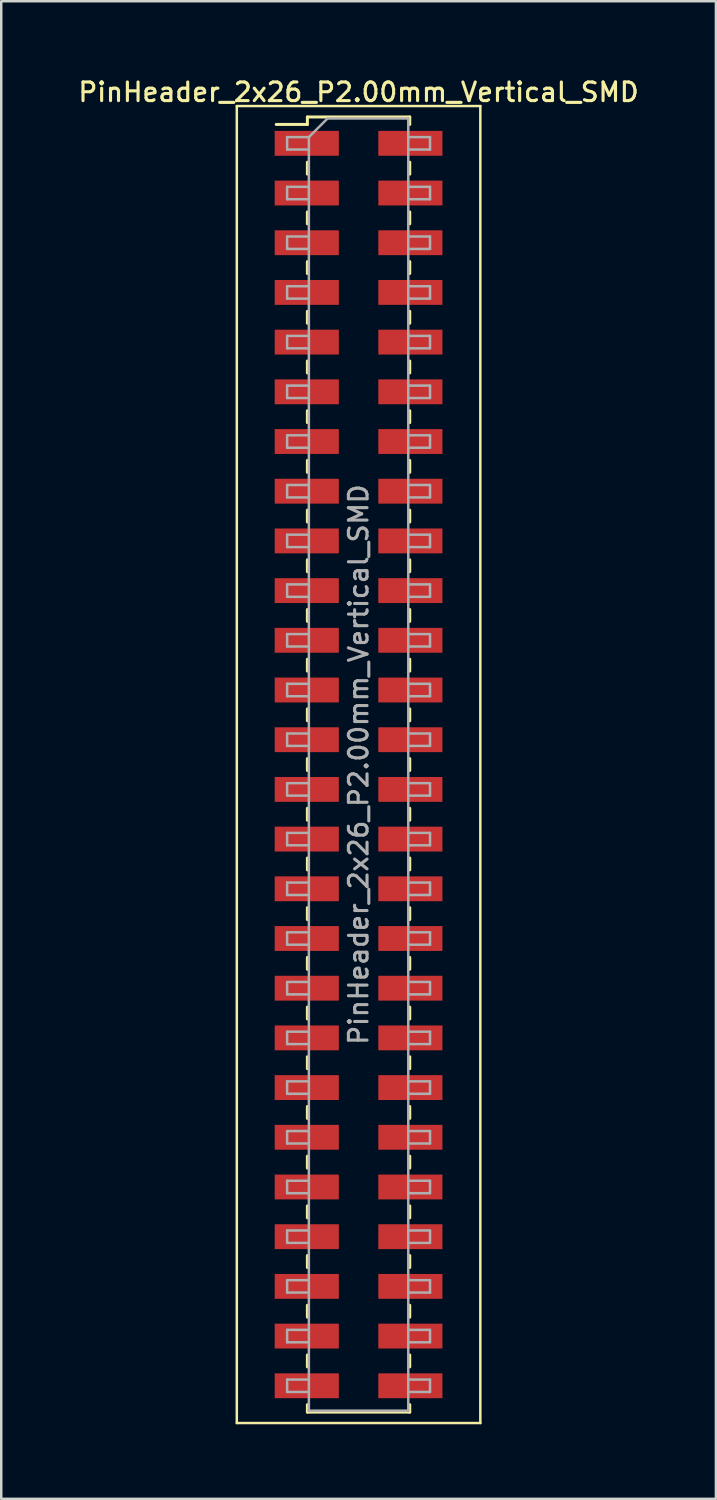
<source format=kicad_pcb>
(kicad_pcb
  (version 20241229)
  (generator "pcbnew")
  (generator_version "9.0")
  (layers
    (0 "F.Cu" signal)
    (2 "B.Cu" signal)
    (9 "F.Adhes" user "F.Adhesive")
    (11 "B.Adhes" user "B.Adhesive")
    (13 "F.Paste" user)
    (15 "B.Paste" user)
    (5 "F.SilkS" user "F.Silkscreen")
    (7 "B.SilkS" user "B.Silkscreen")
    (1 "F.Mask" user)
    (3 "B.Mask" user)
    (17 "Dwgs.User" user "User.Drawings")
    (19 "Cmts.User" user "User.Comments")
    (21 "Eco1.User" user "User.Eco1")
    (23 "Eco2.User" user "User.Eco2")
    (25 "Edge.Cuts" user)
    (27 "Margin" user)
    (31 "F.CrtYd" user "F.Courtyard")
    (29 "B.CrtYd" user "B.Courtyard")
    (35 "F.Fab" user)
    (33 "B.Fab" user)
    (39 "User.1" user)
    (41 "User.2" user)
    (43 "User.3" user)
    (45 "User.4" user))
  (footprint "PinHeader_2x26_P2.00mm_Vertical_SMD"
    (layer "F.Cu")
    (at 11.38 27.718)
    (property "Reference" "PinHeader_2x26_P2.00mm_Vertical_SMD" (at 0 -27.06 0) (layer "F.SilkS") (effects (font (size 0.75 0.75) (thickness 0.125))))
    (attr smd)
    (fp_line (start -4.9 -26.5) (end -4.9 26.5) (stroke (width 0.1) (type solid)) (layer "F.SilkS"))
    (fp_line (start -4.9 26.5) (end 4.9 26.5) (stroke (width 0.1) (type solid)) (layer "F.SilkS"))
    (fp_line (start -3.315 -25.76) (end -2.06 -25.76) (stroke (width 0.12) (type solid)) (layer "F.SilkS"))
    (fp_line (start -2.06 -26.06) (end -2.06 -25.76) (stroke (width 0.12) (type solid)) (layer "F.SilkS"))
    (fp_line (start -2.06 -26.06) (end 2.06 -26.06) (stroke (width 0.12) (type solid)) (layer "F.SilkS"))
    (fp_line (start -2.06 -24.24) (end -2.06 -23.76) (stroke (width 0.12) (type solid)) (layer "F.SilkS"))
    (fp_line (start -2.06 -22.24) (end -2.06 -21.76) (stroke (width 0.12) (type solid)) (layer "F.SilkS"))
    (fp_line (start -2.06 -20.24) (end -2.06 -19.76) (stroke (width 0.12) (type solid)) (layer "F.SilkS"))
    (fp_line (start -2.06 -18.24) (end -2.06 -17.76) (stroke (width 0.12) (type solid)) (layer "F.SilkS"))
    (fp_line (start -2.06 -16.24) (end -2.06 -15.76) (stroke (width 0.12) (type solid)) (layer "F.SilkS"))
    (fp_line (start -2.06 -14.24) (end -2.06 -13.76) (stroke (width 0.12) (type solid)) (layer "F.SilkS"))
    (fp_line (start -2.06 -12.24) (end -2.06 -11.76) (stroke (width 0.12) (type solid)) (layer "F.SilkS"))
    (fp_line (start -2.06 -10.24) (end -2.06 -9.76) (stroke (width 0.12) (type solid)) (layer "F.SilkS"))
    (fp_line (start -2.06 -8.24) (end -2.06 -7.76) (stroke (width 0.12) (type solid)) (layer "F.SilkS"))
    (fp_line (start -2.06 -6.24) (end -2.06 -5.76) (stroke (width 0.12) (type solid)) (layer "F.SilkS"))
    (fp_line (start -2.06 -4.24) (end -2.06 -3.76) (stroke (width 0.12) (type solid)) (layer "F.SilkS"))
    (fp_line (start -2.06 -2.24) (end -2.06 -1.76) (stroke (width 0.12) (type solid)) (layer "F.SilkS"))
    (fp_line (start -2.06 -0.24) (end -2.06 0.24) (stroke (width 0.12) (type solid)) (layer "F.SilkS"))
    (fp_line (start -2.06 1.76) (end -2.06 2.24) (stroke (width 0.12) (type solid)) (layer "F.SilkS"))
    (fp_line (start -2.06 3.76) (end -2.06 4.24) (stroke (width 0.12) (type solid)) (layer "F.SilkS"))
    (fp_line (start -2.06 5.76) (end -2.06 6.24) (stroke (width 0.12) (type solid)) (layer "F.SilkS"))
    (fp_line (start -2.06 7.76) (end -2.06 8.24) (stroke (width 0.12) (type solid)) (layer "F.SilkS"))
    (fp_line (start -2.06 9.76) (end -2.06 10.24) (stroke (width 0.12) (type solid)) (layer "F.SilkS"))
    (fp_line (start -2.06 11.76) (end -2.06 12.24) (stroke (width 0.12) (type solid)) (layer "F.SilkS"))
    (fp_line (start -2.06 13.76) (end -2.06 14.24) (stroke (width 0.12) (type solid)) (layer "F.SilkS"))
    (fp_line (start -2.06 15.76) (end -2.06 16.24) (stroke (width 0.12) (type solid)) (layer "F.SilkS"))
    (fp_line (start -2.06 17.76) (end -2.06 18.24) (stroke (width 0.12) (type solid)) (layer "F.SilkS"))
    (fp_line (start -2.06 19.76) (end -2.06 20.24) (stroke (width 0.12) (type solid)) (layer "F.SilkS"))
    (fp_line (start -2.06 21.76) (end -2.06 22.24) (stroke (width 0.12) (type solid)) (layer "F.SilkS"))
    (fp_line (start -2.06 23.76) (end -2.06 24.24) (stroke (width 0.12) (type solid)) (layer "F.SilkS"))
    (fp_line (start -2.06 25.76) (end -2.06 26.06) (stroke (width 0.12) (type solid)) (layer "F.SilkS"))
    (fp_line (start -2.06 26.06) (end 2.06 26.06) (stroke (width 0.12) (type solid)) (layer "F.SilkS"))
    (fp_line (start 2.06 -26.06) (end 2.06 -25.76) (stroke (width 0.12) (type solid)) (layer "F.SilkS"))
    (fp_line (start 2.06 -24.24) (end 2.06 -23.76) (stroke (width 0.12) (type solid)) (layer "F.SilkS"))
    (fp_line (start 2.06 -22.24) (end 2.06 -21.76) (stroke (width 0.12) (type solid)) (layer "F.SilkS"))
    (fp_line (start 2.06 -20.24) (end 2.06 -19.76) (stroke (width 0.12) (type solid)) (layer "F.SilkS"))
    (fp_line (start 2.06 -18.24) (end 2.06 -17.76) (stroke (width 0.12) (type solid)) (layer "F.SilkS"))
    (fp_line (start 2.06 -16.24) (end 2.06 -15.76) (stroke (width 0.12) (type solid)) (layer "F.SilkS"))
    (fp_line (start 2.06 -14.24) (end 2.06 -13.76) (stroke (width 0.12) (type solid)) (layer "F.SilkS"))
    (fp_line (start 2.06 -12.24) (end 2.06 -11.76) (stroke (width 0.12) (type solid)) (layer "F.SilkS"))
    (fp_line (start 2.06 -10.24) (end 2.06 -9.76) (stroke (width 0.12) (type solid)) (layer "F.SilkS"))
    (fp_line (start 2.06 -8.24) (end 2.06 -7.76) (stroke (width 0.12) (type solid)) (layer "F.SilkS"))
    (fp_line (start 2.06 -6.24) (end 2.06 -5.76) (stroke (width 0.12) (type solid)) (layer "F.SilkS"))
    (fp_line (start 2.06 -4.24) (end 2.06 -3.76) (stroke (width 0.12) (type solid)) (layer "F.SilkS"))
    (fp_line (start 2.06 -2.24) (end 2.06 -1.76) (stroke (width 0.12) (type solid)) (layer "F.SilkS"))
    (fp_line (start 2.06 -0.24) (end 2.06 0.24) (stroke (width 0.12) (type solid)) (layer "F.SilkS"))
    (fp_line (start 2.06 1.76) (end 2.06 2.24) (stroke (width 0.12) (type solid)) (layer "F.SilkS"))
    (fp_line (start 2.06 3.76) (end 2.06 4.24) (stroke (width 0.12) (type solid)) (layer "F.SilkS"))
    (fp_line (start 2.06 5.76) (end 2.06 6.24) (stroke (width 0.12) (type solid)) (layer "F.SilkS"))
    (fp_line (start 2.06 7.76) (end 2.06 8.24) (stroke (width 0.12) (type solid)) (layer "F.SilkS"))
    (fp_line (start 2.06 9.76) (end 2.06 10.24) (stroke (width 0.12) (type solid)) (layer "F.SilkS"))
    (fp_line (start 2.06 11.76) (end 2.06 12.24) (stroke (width 0.12) (type solid)) (layer "F.SilkS"))
    (fp_line (start 2.06 13.76) (end 2.06 14.24) (stroke (width 0.12) (type solid)) (layer "F.SilkS"))
    (fp_line (start 2.06 15.76) (end 2.06 16.24) (stroke (width 0.12) (type solid)) (layer "F.SilkS"))
    (fp_line (start 2.06 17.76) (end 2.06 18.24) (stroke (width 0.12) (type solid)) (layer "F.SilkS"))
    (fp_line (start 2.06 19.76) (end 2.06 20.24) (stroke (width 0.12) (type solid)) (layer "F.SilkS"))
    (fp_line (start 2.06 21.76) (end 2.06 22.24) (stroke (width 0.12) (type solid)) (layer "F.SilkS"))
    (fp_line (start 2.06 23.76) (end 2.06 24.24) (stroke (width 0.12) (type solid)) (layer "F.SilkS"))
    (fp_line (start 2.06 25.76) (end 2.06 26.06) (stroke (width 0.12) (type solid)) (layer "F.SilkS"))
    (fp_line (start 4.9 -26.5) (end -4.9 -26.5) (stroke (width 0.1) (type solid)) (layer "F.SilkS"))
    (fp_line (start 4.9 26.5) (end 4.9 -26.5) (stroke (width 0.1) (type solid)) (layer "F.SilkS"))
    (fp_line (start -2.875 -25.25) (end -2.875 -24.75) (stroke (width 0.1) (type solid)) (layer "F.Fab"))
    (fp_line (start -2.875 -24.75) (end -2 -24.75) (stroke (width 0.1) (type solid)) (layer "F.Fab"))
    (fp_line (start -2.875 -23.25) (end -2.875 -22.75) (stroke (width 0.1) (type solid)) (layer "F.Fab"))
    (fp_line (start -2.875 -22.75) (end -2 -22.75) (stroke (width 0.1) (type solid)) (layer "F.Fab"))
    (fp_line (start -2.875 -21.25) (end -2.875 -20.75) (stroke (width 0.1) (type solid)) (layer "F.Fab"))
    (fp_line (start -2.875 -20.75) (end -2 -20.75) (stroke (width 0.1) (type solid)) (layer "F.Fab"))
    (fp_line (start -2.875 -19.25) (end -2.875 -18.75) (stroke (width 0.1) (type solid)) (layer "F.Fab"))
    (fp_line (start -2.875 -18.75) (end -2 -18.75) (stroke (width 0.1) (type solid)) (layer "F.Fab"))
    (fp_line (start -2.875 -17.25) (end -2.875 -16.75) (stroke (width 0.1) (type solid)) (layer "F.Fab"))
    (fp_line (start -2.875 -16.75) (end -2 -16.75) (stroke (width 0.1) (type solid)) (layer "F.Fab"))
    (fp_line (start -2.875 -15.25) (end -2.875 -14.75) (stroke (width 0.1) (type solid)) (layer "F.Fab"))
    (fp_line (start -2.875 -14.75) (end -2 -14.75) (stroke (width 0.1) (type solid)) (layer "F.Fab"))
    (fp_line (start -2.875 -13.25) (end -2.875 -12.75) (stroke (width 0.1) (type solid)) (layer "F.Fab"))
    (fp_line (start -2.875 -12.75) (end -2 -12.75) (stroke (width 0.1) (type solid)) (layer "F.Fab"))
    (fp_line (start -2.875 -11.25) (end -2.875 -10.75) (stroke (width 0.1) (type solid)) (layer "F.Fab"))
    (fp_line (start -2.875 -10.75) (end -2 -10.75) (stroke (width 0.1) (type solid)) (layer "F.Fab"))
    (fp_line (start -2.875 -9.25) (end -2.875 -8.75) (stroke (width 0.1) (type solid)) (layer "F.Fab"))
    (fp_line (start -2.875 -8.75) (end -2 -8.75) (stroke (width 0.1) (type solid)) (layer "F.Fab"))
    (fp_line (start -2.875 -7.25) (end -2.875 -6.75) (stroke (width 0.1) (type solid)) (layer "F.Fab"))
    (fp_line (start -2.875 -6.75) (end -2 -6.75) (stroke (width 0.1) (type solid)) (layer "F.Fab"))
    (fp_line (start -2.875 -5.25) (end -2.875 -4.75) (stroke (width 0.1) (type solid)) (layer "F.Fab"))
    (fp_line (start -2.875 -4.75) (end -2 -4.75) (stroke (width 0.1) (type solid)) (layer "F.Fab"))
    (fp_line (start -2.875 -3.25) (end -2.875 -2.75) (stroke (width 0.1) (type solid)) (layer "F.Fab"))
    (fp_line (start -2.875 -2.75) (end -2 -2.75) (stroke (width 0.1) (type solid)) (layer "F.Fab"))
    (fp_line (start -2.875 -1.25) (end -2.875 -0.75) (stroke (width 0.1) (type solid)) (layer "F.Fab"))
    (fp_line (start -2.875 -0.75) (end -2 -0.75) (stroke (width 0.1) (type solid)) (layer "F.Fab"))
    (fp_line (start -2.875 0.75) (end -2.875 1.25) (stroke (width 0.1) (type solid)) (layer "F.Fab"))
    (fp_line (start -2.875 1.25) (end -2 1.25) (stroke (width 0.1) (type solid)) (layer "F.Fab"))
    (fp_line (start -2.875 2.75) (end -2.875 3.25) (stroke (width 0.1) (type solid)) (layer "F.Fab"))
    (fp_line (start -2.875 3.25) (end -2 3.25) (stroke (width 0.1) (type solid)) (layer "F.Fab"))
    (fp_line (start -2.875 4.75) (end -2.875 5.25) (stroke (width 0.1) (type solid)) (layer "F.Fab"))
    (fp_line (start -2.875 5.25) (end -2 5.25) (stroke (width 0.1) (type solid)) (layer "F.Fab"))
    (fp_line (start -2.875 6.75) (end -2.875 7.25) (stroke (width 0.1) (type solid)) (layer "F.Fab"))
    (fp_line (start -2.875 7.25) (end -2 7.25) (stroke (width 0.1) (type solid)) (layer "F.Fab"))
    (fp_line (start -2.875 8.75) (end -2.875 9.25) (stroke (width 0.1) (type solid)) (layer "F.Fab"))
    (fp_line (start -2.875 9.25) (end -2 9.25) (stroke (width 0.1) (type solid)) (layer "F.Fab"))
    (fp_line (start -2.875 10.75) (end -2.875 11.25) (stroke (width 0.1) (type solid)) (layer "F.Fab"))
    (fp_line (start -2.875 11.25) (end -2 11.25) (stroke (width 0.1) (type solid)) (layer "F.Fab"))
    (fp_line (start -2.875 12.75) (end -2.875 13.25) (stroke (width 0.1) (type solid)) (layer "F.Fab"))
    (fp_line (start -2.875 13.25) (end -2 13.25) (stroke (width 0.1) (type solid)) (layer "F.Fab"))
    (fp_line (start -2.875 14.75) (end -2.875 15.25) (stroke (width 0.1) (type solid)) (layer "F.Fab"))
    (fp_line (start -2.875 15.25) (end -2 15.25) (stroke (width 0.1) (type solid)) (layer "F.Fab"))
    (fp_line (start -2.875 16.75) (end -2.875 17.25) (stroke (width 0.1) (type solid)) (layer "F.Fab"))
    (fp_line (start -2.875 17.25) (end -2 17.25) (stroke (width 0.1) (type solid)) (layer "F.Fab"))
    (fp_line (start -2.875 18.75) (end -2.875 19.25) (stroke (width 0.1) (type solid)) (layer "F.Fab"))
    (fp_line (start -2.875 19.25) (end -2 19.25) (stroke (width 0.1) (type solid)) (layer "F.Fab"))
    (fp_line (start -2.875 20.75) (end -2.875 21.25) (stroke (width 0.1) (type solid)) (layer "F.Fab"))
    (fp_line (start -2.875 21.25) (end -2 21.25) (stroke (width 0.1) (type solid)) (layer "F.Fab"))
    (fp_line (start -2.875 22.75) (end -2.875 23.25) (stroke (width 0.1) (type solid)) (layer "F.Fab"))
    (fp_line (start -2.875 23.25) (end -2 23.25) (stroke (width 0.1) (type solid)) (layer "F.Fab"))
    (fp_line (start -2.875 24.75) (end -2.875 25.25) (stroke (width 0.1) (type solid)) (layer "F.Fab"))
    (fp_line (start -2.875 25.25) (end -2 25.25) (stroke (width 0.1) (type solid)) (layer "F.Fab"))
    (fp_line (start -2 -25.25) (end -2.875 -25.25) (stroke (width 0.1) (type solid)) (layer "F.Fab"))
    (fp_line (start -2 -25.25) (end -1.25 -26) (stroke (width 0.1) (type solid)) (layer "F.Fab"))
    (fp_line (start -2 -23.25) (end -2.875 -23.25) (stroke (width 0.1) (type solid)) (layer "F.Fab"))
    (fp_line (start -2 -21.25) (end -2.875 -21.25) (stroke (width 0.1) (type solid)) (layer "F.Fab"))
    (fp_line (start -2 -19.25) (end -2.875 -19.25) (stroke (width 0.1) (type solid)) (layer "F.Fab"))
    (fp_line (start -2 -17.25) (end -2.875 -17.25) (stroke (width 0.1) (type solid)) (layer "F.Fab"))
    (fp_line (start -2 -15.25) (end -2.875 -15.25) (stroke (width 0.1) (type solid)) (layer "F.Fab"))
    (fp_line (start -2 -13.25) (end -2.875 -13.25) (stroke (width 0.1) (type solid)) (layer "F.Fab"))
    (fp_line (start -2 -11.25) (end -2.875 -11.25) (stroke (width 0.1) (type solid)) (layer "F.Fab"))
    (fp_line (start -2 -9.25) (end -2.875 -9.25) (stroke (width 0.1) (type solid)) (layer "F.Fab"))
    (fp_line (start -2 -7.25) (end -2.875 -7.25) (stroke (width 0.1) (type solid)) (layer "F.Fab"))
    (fp_line (start -2 -5.25) (end -2.875 -5.25) (stroke (width 0.1) (type solid)) (layer "F.Fab"))
    (fp_line (start -2 -3.25) (end -2.875 -3.25) (stroke (width 0.1) (type solid)) (layer "F.Fab"))
    (fp_line (start -2 -1.25) (end -2.875 -1.25) (stroke (width 0.1) (type solid)) (layer "F.Fab"))
    (fp_line (start -2 0.75) (end -2.875 0.75) (stroke (width 0.1) (type solid)) (layer "F.Fab"))
    (fp_line (start -2 2.75) (end -2.875 2.75) (stroke (width 0.1) (type solid)) (layer "F.Fab"))
    (fp_line (start -2 4.75) (end -2.875 4.75) (stroke (width 0.1) (type solid)) (layer "F.Fab"))
    (fp_line (start -2 6.75) (end -2.875 6.75) (stroke (width 0.1) (type solid)) (layer "F.Fab"))
    (fp_line (start -2 8.75) (end -2.875 8.75) (stroke (width 0.1) (type solid)) (layer "F.Fab"))
    (fp_line (start -2 10.75) (end -2.875 10.75) (stroke (width 0.1) (type solid)) (layer "F.Fab"))
    (fp_line (start -2 12.75) (end -2.875 12.75) (stroke (width 0.1) (type solid)) (layer "F.Fab"))
    (fp_line (start -2 14.75) (end -2.875 14.75) (stroke (width 0.1) (type solid)) (layer "F.Fab"))
    (fp_line (start -2 16.75) (end -2.875 16.75) (stroke (width 0.1) (type solid)) (layer "F.Fab"))
    (fp_line (start -2 18.75) (end -2.875 18.75) (stroke (width 0.1) (type solid)) (layer "F.Fab"))
    (fp_line (start -2 20.75) (end -2.875 20.75) (stroke (width 0.1) (type solid)) (layer "F.Fab"))
    (fp_line (start -2 22.75) (end -2.875 22.75) (stroke (width 0.1) (type solid)) (layer "F.Fab"))
    (fp_line (start -2 24.75) (end -2.875 24.75) (stroke (width 0.1) (type solid)) (layer "F.Fab"))
    (fp_line (start -2 26) (end -2 -25.25) (stroke (width 0.1) (type solid)) (layer "F.Fab"))
    (fp_line (start -1.25 -26) (end 2 -26) (stroke (width 0.1) (type solid)) (layer "F.Fab"))
    (fp_line (start 2 -26) (end 2 26) (stroke (width 0.1) (type solid)) (layer "F.Fab"))
    (fp_line (start 2 -25.25) (end 2.875 -25.25) (stroke (width 0.1) (type solid)) (layer "F.Fab"))
    (fp_line (start 2 -23.25) (end 2.875 -23.25) (stroke (width 0.1) (type solid)) (layer "F.Fab"))
    (fp_line (start 2 -21.25) (end 2.875 -21.25) (stroke (width 0.1) (type solid)) (layer "F.Fab"))
    (fp_line (start 2 -19.25) (end 2.875 -19.25) (stroke (width 0.1) (type solid)) (layer "F.Fab"))
    (fp_line (start 2 -17.25) (end 2.875 -17.25) (stroke (width 0.1) (type solid)) (layer "F.Fab"))
    (fp_line (start 2 -15.25) (end 2.875 -15.25) (stroke (width 0.1) (type solid)) (layer "F.Fab"))
    (fp_line (start 2 -13.25) (end 2.875 -13.25) (stroke (width 0.1) (type solid)) (layer "F.Fab"))
    (fp_line (start 2 -11.25) (end 2.875 -11.25) (stroke (width 0.1) (type solid)) (layer "F.Fab"))
    (fp_line (start 2 -9.25) (end 2.875 -9.25) (stroke (width 0.1) (type solid)) (layer "F.Fab"))
    (fp_line (start 2 -7.25) (end 2.875 -7.25) (stroke (width 0.1) (type solid)) (layer "F.Fab"))
    (fp_line (start 2 -5.25) (end 2.875 -5.25) (stroke (width 0.1) (type solid)) (layer "F.Fab"))
    (fp_line (start 2 -3.25) (end 2.875 -3.25) (stroke (width 0.1) (type solid)) (layer "F.Fab"))
    (fp_line (start 2 -1.25) (end 2.875 -1.25) (stroke (width 0.1) (type solid)) (layer "F.Fab"))
    (fp_line (start 2 0.75) (end 2.875 0.75) (stroke (width 0.1) (type solid)) (layer "F.Fab"))
    (fp_line (start 2 2.75) (end 2.875 2.75) (stroke (width 0.1) (type solid)) (layer "F.Fab"))
    (fp_line (start 2 4.75) (end 2.875 4.75) (stroke (width 0.1) (type solid)) (layer "F.Fab"))
    (fp_line (start 2 6.75) (end 2.875 6.75) (stroke (width 0.1) (type solid)) (layer "F.Fab"))
    (fp_line (start 2 8.75) (end 2.875 8.75) (stroke (width 0.1) (type solid)) (layer "F.Fab"))
    (fp_line (start 2 10.75) (end 2.875 10.75) (stroke (width 0.1) (type solid)) (layer "F.Fab"))
    (fp_line (start 2 12.75) (end 2.875 12.75) (stroke (width 0.1) (type solid)) (layer "F.Fab"))
    (fp_line (start 2 14.75) (end 2.875 14.75) (stroke (width 0.1) (type solid)) (layer "F.Fab"))
    (fp_line (start 2 16.75) (end 2.875 16.75) (stroke (width 0.1) (type solid)) (layer "F.Fab"))
    (fp_line (start 2 18.75) (end 2.875 18.75) (stroke (width 0.1) (type solid)) (layer "F.Fab"))
    (fp_line (start 2 20.75) (end 2.875 20.75) (stroke (width 0.1) (type solid)) (layer "F.Fab"))
    (fp_line (start 2 22.75) (end 2.875 22.75) (stroke (width 0.1) (type solid)) (layer "F.Fab"))
    (fp_line (start 2 24.75) (end 2.875 24.75) (stroke (width 0.1) (type solid)) (layer "F.Fab"))
    (fp_line (start 2 26) (end -2 26) (stroke (width 0.1) (type solid)) (layer "F.Fab"))
    (fp_line (start 2.875 -25.25) (end 2.875 -24.75) (stroke (width 0.1) (type solid)) (layer "F.Fab"))
    (fp_line (start 2.875 -24.75) (end 2 -24.75) (stroke (width 0.1) (type solid)) (layer "F.Fab"))
    (fp_line (start 2.875 -23.25) (end 2.875 -22.75) (stroke (width 0.1) (type solid)) (layer "F.Fab"))
    (fp_line (start 2.875 -22.75) (end 2 -22.75) (stroke (width 0.1) (type solid)) (layer "F.Fab"))
    (fp_line (start 2.875 -21.25) (end 2.875 -20.75) (stroke (width 0.1) (type solid)) (layer "F.Fab"))
    (fp_line (start 2.875 -20.75) (end 2 -20.75) (stroke (width 0.1) (type solid)) (layer "F.Fab"))
    (fp_line (start 2.875 -19.25) (end 2.875 -18.75) (stroke (width 0.1) (type solid)) (layer "F.Fab"))
    (fp_line (start 2.875 -18.75) (end 2 -18.75) (stroke (width 0.1) (type solid)) (layer "F.Fab"))
    (fp_line (start 2.875 -17.25) (end 2.875 -16.75) (stroke (width 0.1) (type solid)) (layer "F.Fab"))
    (fp_line (start 2.875 -16.75) (end 2 -16.75) (stroke (width 0.1) (type solid)) (layer "F.Fab"))
    (fp_line (start 2.875 -15.25) (end 2.875 -14.75) (stroke (width 0.1) (type solid)) (layer "F.Fab"))
    (fp_line (start 2.875 -14.75) (end 2 -14.75) (stroke (width 0.1) (type solid)) (layer "F.Fab"))
    (fp_line (start 2.875 -13.25) (end 2.875 -12.75) (stroke (width 0.1) (type solid)) (layer "F.Fab"))
    (fp_line (start 2.875 -12.75) (end 2 -12.75) (stroke (width 0.1) (type solid)) (layer "F.Fab"))
    (fp_line (start 2.875 -11.25) (end 2.875 -10.75) (stroke (width 0.1) (type solid)) (layer "F.Fab"))
    (fp_line (start 2.875 -10.75) (end 2 -10.75) (stroke (width 0.1) (type solid)) (layer "F.Fab"))
    (fp_line (start 2.875 -9.25) (end 2.875 -8.75) (stroke (width 0.1) (type solid)) (layer "F.Fab"))
    (fp_line (start 2.875 -8.75) (end 2 -8.75) (stroke (width 0.1) (type solid)) (layer "F.Fab"))
    (fp_line (start 2.875 -7.25) (end 2.875 -6.75) (stroke (width 0.1) (type solid)) (layer "F.Fab"))
    (fp_line (start 2.875 -6.75) (end 2 -6.75) (stroke (width 0.1) (type solid)) (layer "F.Fab"))
    (fp_line (start 2.875 -5.25) (end 2.875 -4.75) (stroke (width 0.1) (type solid)) (layer "F.Fab"))
    (fp_line (start 2.875 -4.75) (end 2 -4.75) (stroke (width 0.1) (type solid)) (layer "F.Fab"))
    (fp_line (start 2.875 -3.25) (end 2.875 -2.75) (stroke (width 0.1) (type solid)) (layer "F.Fab"))
    (fp_line (start 2.875 -2.75) (end 2 -2.75) (stroke (width 0.1) (type solid)) (layer "F.Fab"))
    (fp_line (start 2.875 -1.25) (end 2.875 -0.75) (stroke (width 0.1) (type solid)) (layer "F.Fab"))
    (fp_line (start 2.875 -0.75) (end 2 -0.75) (stroke (width 0.1) (type solid)) (layer "F.Fab"))
    (fp_line (start 2.875 0.75) (end 2.875 1.25) (stroke (width 0.1) (type solid)) (layer "F.Fab"))
    (fp_line (start 2.875 1.25) (end 2 1.25) (stroke (width 0.1) (type solid)) (layer "F.Fab"))
    (fp_line (start 2.875 2.75) (end 2.875 3.25) (stroke (width 0.1) (type solid)) (layer "F.Fab"))
    (fp_line (start 2.875 3.25) (end 2 3.25) (stroke (width 0.1) (type solid)) (layer "F.Fab"))
    (fp_line (start 2.875 4.75) (end 2.875 5.25) (stroke (width 0.1) (type solid)) (layer "F.Fab"))
    (fp_line (start 2.875 5.25) (end 2 5.25) (stroke (width 0.1) (type solid)) (layer "F.Fab"))
    (fp_line (start 2.875 6.75) (end 2.875 7.25) (stroke (width 0.1) (type solid)) (layer "F.Fab"))
    (fp_line (start 2.875 7.25) (end 2 7.25) (stroke (width 0.1) (type solid)) (layer "F.Fab"))
    (fp_line (start 2.875 8.75) (end 2.875 9.25) (stroke (width 0.1) (type solid)) (layer "F.Fab"))
    (fp_line (start 2.875 9.25) (end 2 9.25) (stroke (width 0.1) (type solid)) (layer "F.Fab"))
    (fp_line (start 2.875 10.75) (end 2.875 11.25) (stroke (width 0.1) (type solid)) (layer "F.Fab"))
    (fp_line (start 2.875 11.25) (end 2 11.25) (stroke (width 0.1) (type solid)) (layer "F.Fab"))
    (fp_line (start 2.875 12.75) (end 2.875 13.25) (stroke (width 0.1) (type solid)) (layer "F.Fab"))
    (fp_line (start 2.875 13.25) (end 2 13.25) (stroke (width 0.1) (type solid)) (layer "F.Fab"))
    (fp_line (start 2.875 14.75) (end 2.875 15.25) (stroke (width 0.1) (type solid)) (layer "F.Fab"))
    (fp_line (start 2.875 15.25) (end 2 15.25) (stroke (width 0.1) (type solid)) (layer "F.Fab"))
    (fp_line (start 2.875 16.75) (end 2.875 17.25) (stroke (width 0.1) (type solid)) (layer "F.Fab"))
    (fp_line (start 2.875 17.25) (end 2 17.25) (stroke (width 0.1) (type solid)) (layer "F.Fab"))
    (fp_line (start 2.875 18.75) (end 2.875 19.25) (stroke (width 0.1) (type solid)) (layer "F.Fab"))
    (fp_line (start 2.875 19.25) (end 2 19.25) (stroke (width 0.1) (type solid)) (layer "F.Fab"))
    (fp_line (start 2.875 20.75) (end 2.875 21.25) (stroke (width 0.1) (type solid)) (layer "F.Fab"))
    (fp_line (start 2.875 21.25) (end 2 21.25) (stroke (width 0.1) (type solid)) (layer "F.Fab"))
    (fp_line (start 2.875 22.75) (end 2.875 23.25) (stroke (width 0.1) (type solid)) (layer "F.Fab"))
    (fp_line (start 2.875 23.25) (end 2 23.25) (stroke (width 0.1) (type solid)) (layer "F.Fab"))
    (fp_line (start 2.875 24.75) (end 2.875 25.25) (stroke (width 0.1) (type solid)) (layer "F.Fab"))
    (fp_line (start 2.875 25.25) (end 2 25.25) (stroke (width 0.1) (type solid)) (layer "F.Fab"))
    (fp_text user "${REFERENCE}" (at 0 0 90) (layer "F.Fab") (effects (font (size 0.75 0.75) (thickness 0.125))))
    (pad "1" smd rect (at -2.085 -25) (size 2.58 1) (layers "F.Cu" "F.Mask" "F.Paste"))
    (pad "2" smd rect (at 2.085 -25) (size 2.58 1) (layers "F.Cu" "F.Mask" "F.Paste"))
    (pad "3" smd rect (at -2.085 -23) (size 2.58 1) (layers "F.Cu" "F.Mask" "F.Paste"))
    (pad "4" smd rect (at 2.085 -23) (size 2.58 1) (layers "F.Cu" "F.Mask" "F.Paste"))
    (pad "5" smd rect (at -2.085 -21) (size 2.58 1) (layers "F.Cu" "F.Mask" "F.Paste"))
    (pad "6" smd rect (at 2.085 -21) (size 2.58 1) (layers "F.Cu" "F.Mask" "F.Paste"))
    (pad "7" smd rect (at -2.085 -19) (size 2.58 1) (layers "F.Cu" "F.Mask" "F.Paste"))
    (pad "8" smd rect (at 2.085 -19) (size 2.58 1) (layers "F.Cu" "F.Mask" "F.Paste"))
    (pad "9" smd rect (at -2.085 -17) (size 2.58 1) (layers "F.Cu" "F.Mask" "F.Paste"))
    (pad "10" smd rect (at 2.085 -17) (size 2.58 1) (layers "F.Cu" "F.Mask" "F.Paste"))
    (pad "11" smd rect (at -2.085 -15) (size 2.58 1) (layers "F.Cu" "F.Mask" "F.Paste"))
    (pad "12" smd rect (at 2.085 -15) (size 2.58 1) (layers "F.Cu" "F.Mask" "F.Paste"))
    (pad "13" smd rect (at -2.085 -13) (size 2.58 1) (layers "F.Cu" "F.Mask" "F.Paste"))
    (pad "14" smd rect (at 2.085 -13) (size 2.58 1) (layers "F.Cu" "F.Mask" "F.Paste"))
    (pad "15" smd rect (at -2.085 -11) (size 2.58 1) (layers "F.Cu" "F.Mask" "F.Paste"))
    (pad "16" smd rect (at 2.085 -11) (size 2.58 1) (layers "F.Cu" "F.Mask" "F.Paste"))
    (pad "17" smd rect (at -2.085 -9) (size 2.58 1) (layers "F.Cu" "F.Mask" "F.Paste"))
    (pad "18" smd rect (at 2.085 -9) (size 2.58 1) (layers "F.Cu" "F.Mask" "F.Paste"))
    (pad "19" smd rect (at -2.085 -7) (size 2.58 1) (layers "F.Cu" "F.Mask" "F.Paste"))
    (pad "20" smd rect (at 2.085 -7) (size 2.58 1) (layers "F.Cu" "F.Mask" "F.Paste"))
    (pad "21" smd rect (at -2.085 -5) (size 2.58 1) (layers "F.Cu" "F.Mask" "F.Paste"))
    (pad "22" smd rect (at 2.085 -5) (size 2.58 1) (layers "F.Cu" "F.Mask" "F.Paste"))
    (pad "23" smd rect (at -2.085 -3) (size 2.58 1) (layers "F.Cu" "F.Mask" "F.Paste"))
    (pad "24" smd rect (at 2.085 -3) (size 2.58 1) (layers "F.Cu" "F.Mask" "F.Paste"))
    (pad "25" smd rect (at -2.085 -1) (size 2.58 1) (layers "F.Cu" "F.Mask" "F.Paste"))
    (pad "26" smd rect (at 2.085 -1) (size 2.58 1) (layers "F.Cu" "F.Mask" "F.Paste"))
    (pad "27" smd rect (at -2.085 1) (size 2.58 1) (layers "F.Cu" "F.Mask" "F.Paste"))
    (pad "28" smd rect (at 2.085 1) (size 2.58 1) (layers "F.Cu" "F.Mask" "F.Paste"))
    (pad "29" smd rect (at -2.085 3) (size 2.58 1) (layers "F.Cu" "F.Mask" "F.Paste"))
    (pad "30" smd rect (at 2.085 3) (size 2.58 1) (layers "F.Cu" "F.Mask" "F.Paste"))
    (pad "31" smd rect (at -2.085 5) (size 2.58 1) (layers "F.Cu" "F.Mask" "F.Paste"))
    (pad "32" smd rect (at 2.085 5) (size 2.58 1) (layers "F.Cu" "F.Mask" "F.Paste"))
    (pad "33" smd rect (at -2.085 7) (size 2.58 1) (layers "F.Cu" "F.Mask" "F.Paste"))
    (pad "34" smd rect (at 2.085 7) (size 2.58 1) (layers "F.Cu" "F.Mask" "F.Paste"))
    (pad "35" smd rect (at -2.085 9) (size 2.58 1) (layers "F.Cu" "F.Mask" "F.Paste"))
    (pad "36" smd rect (at 2.085 9) (size 2.58 1) (layers "F.Cu" "F.Mask" "F.Paste"))
    (pad "37" smd rect (at -2.085 11) (size 2.58 1) (layers "F.Cu" "F.Mask" "F.Paste"))
    (pad "38" smd rect (at 2.085 11) (size 2.58 1) (layers "F.Cu" "F.Mask" "F.Paste"))
    (pad "39" smd rect (at -2.085 13) (size 2.58 1) (layers "F.Cu" "F.Mask" "F.Paste"))
    (pad "40" smd rect (at 2.085 13) (size 2.58 1) (layers "F.Cu" "F.Mask" "F.Paste"))
    (pad "41" smd rect (at -2.085 15) (size 2.58 1) (layers "F.Cu" "F.Mask" "F.Paste"))
    (pad "42" smd rect (at 2.085 15) (size 2.58 1) (layers "F.Cu" "F.Mask" "F.Paste"))
    (pad "43" smd rect (at -2.085 17) (size 2.58 1) (layers "F.Cu" "F.Mask" "F.Paste"))
    (pad "44" smd rect (at 2.085 17) (size 2.58 1) (layers "F.Cu" "F.Mask" "F.Paste"))
    (pad "45" smd rect (at -2.085 19) (size 2.58 1) (layers "F.Cu" "F.Mask" "F.Paste"))
    (pad "46" smd rect (at 2.085 19) (size 2.58 1) (layers "F.Cu" "F.Mask" "F.Paste"))
    (pad "47" smd rect (at -2.085 21) (size 2.58 1) (layers "F.Cu" "F.Mask" "F.Paste"))
    (pad "48" smd rect (at 2.085 21) (size 2.58 1) (layers "F.Cu" "F.Mask" "F.Paste"))
    (pad "49" smd rect (at -2.085 23) (size 2.58 1) (layers "F.Cu" "F.Mask" "F.Paste"))
    (pad "50" smd rect (at 2.085 23) (size 2.58 1) (layers "F.Cu" "F.Mask" "F.Paste"))
    (pad "51" smd rect (at -2.085 25) (size 2.58 1) (layers "F.Cu" "F.Mask" "F.Paste"))
    (pad "52" smd rect (at 2.085 25) (size 2.58 1) (layers "F.Cu" "F.Mask" "F.Paste")))
  (gr_rect
    (start -3 -3)
    (end 25.761 57.268)
    (stroke (width 0.1) (type default))
    (fill no)
    (layer "Edge.Cuts")))
</source>
